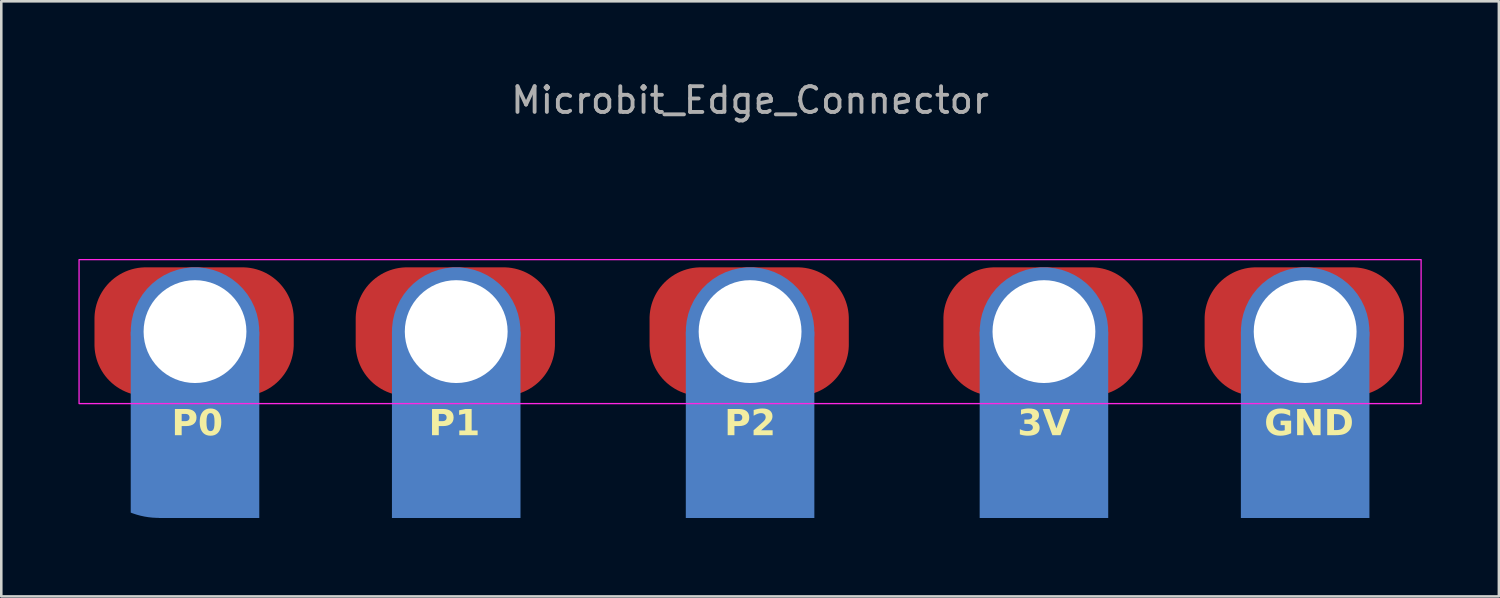
<source format=kicad_pcb>
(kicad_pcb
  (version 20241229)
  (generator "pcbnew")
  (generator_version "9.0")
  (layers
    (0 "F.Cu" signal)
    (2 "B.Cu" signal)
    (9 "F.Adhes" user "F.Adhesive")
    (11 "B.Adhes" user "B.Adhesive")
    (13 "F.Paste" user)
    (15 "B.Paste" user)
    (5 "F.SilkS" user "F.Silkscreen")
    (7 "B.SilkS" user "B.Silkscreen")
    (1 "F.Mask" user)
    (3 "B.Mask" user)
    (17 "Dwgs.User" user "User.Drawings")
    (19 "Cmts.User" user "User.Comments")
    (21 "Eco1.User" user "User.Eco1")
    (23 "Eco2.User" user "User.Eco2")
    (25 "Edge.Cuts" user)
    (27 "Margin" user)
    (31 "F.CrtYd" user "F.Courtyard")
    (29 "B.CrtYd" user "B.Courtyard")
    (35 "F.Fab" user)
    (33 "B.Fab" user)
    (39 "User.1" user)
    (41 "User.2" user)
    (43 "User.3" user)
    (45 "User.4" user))
  (footprint "Microbit_Edge_Connector"
    (layer "F.Cu")
    (at 26.125 9.848)
    (property "Reference" "Microbit_Edge_Connector" (at 0 -9 0) (unlocked yes) (layer "F.Fab") (effects (font (size 1 1) (thickness 0.15))))
    (fp_poly (pts (arc (start -19.75 2.5) (mid -18.335786 1.914214) (end -17.75 0.5)) (arc (start -17.75 -0.5) (mid -18.335786 -1.914214) (end -19.75 -2.5)) (arc (start -23.5 -2.5) (mid -24.914214 -1.914214) (end -25.5 -0.5)) (arc (start -25.5 0.5) (mid -24.914214 1.914214) (end -23.5 2.5))) (stroke (width 0) (type solid)) (fill yes) (layer "F.Cu"))
    (fp_poly (pts (arc (start -9.59 2.5) (mid -8.175786 1.914214) (end -7.59 0.5)) (arc (start -7.59 -0.5) (mid -8.175786 -1.914214) (end -9.59 -2.5)) (arc (start -13.34 -2.5) (mid -14.754214 -1.914214) (end -15.34 -0.5)) (arc (start -15.34 0.5) (mid -14.754214 1.914214) (end -13.34 2.5))) (stroke (width 0) (type solid)) (fill yes) (layer "F.Cu"))
    (fp_poly (pts (arc (start 1.84 2.5) (mid 3.254214 1.914214) (end 3.84 0.5)) (arc (start 3.84 -0.5) (mid 3.254214 -1.914214) (end 1.84 -2.5)) (arc (start -1.91 -2.5) (mid -3.324214 -1.914214) (end -3.91 -0.5)) (arc (start -3.91 0.5) (mid -3.324214 1.914214) (end -1.91 2.5))) (stroke (width 0) (type solid)) (fill yes) (layer "F.Cu"))
    (fp_poly (pts (arc (start 13.27 2.5) (mid 14.684214 1.914214) (end 15.27 0.5)) (arc (start 15.27 -0.5) (mid 14.684214 -1.914214) (end 13.27 -2.5)) (arc (start 9.52 -2.5) (mid 8.105786 -1.914214) (end 7.52 -0.5)) (arc (start 7.52 0.5) (mid 8.105786 1.914214) (end 9.52 2.5))) (stroke (width 0) (type solid)) (fill yes) (layer "F.Cu"))
    (fp_poly (pts (arc (start 23.43 2.5) (mid 24.844214 1.914214) (end 25.43 0.5)) (arc (start 25.43 -0.5) (mid 24.844214 -1.914214) (end 23.43 -2.5)) (arc (start 19.68 -2.5) (mid 18.265786 -1.914214) (end 17.68 -0.5)) (arc (start 17.68 0.5) (mid 18.265786 1.914214) (end 19.68 2.5))) (stroke (width 0) (type solid)) (fill yes) (layer "F.Cu"))
    (fp_poly (pts (arc (start -19.75 2.5) (mid -18.335786 1.914214) (end -17.75 0.5)) (arc (start -17.75 -0.5) (mid -18.335786 -1.914214) (end -19.75 -2.5)) (arc (start -23.5 -2.5) (mid -24.914214 -1.914214) (end -25.5 -0.5)) (arc (start -25.5 0.5) (mid -24.914214 1.914214) (end -23.5 2.5))) (stroke (width 0) (type solid)) (fill yes) (layer "F.Mask"))
    (fp_poly (pts (arc (start -9.59 2.5) (mid -8.175786 1.914214) (end -7.59 0.5)) (arc (start -7.59 -0.5) (mid -8.175786 -1.914214) (end -9.59 -2.5)) (arc (start -13.34 -2.5) (mid -14.754214 -1.914214) (end -15.34 -0.5)) (arc (start -15.34 0.5) (mid -14.754214 1.914214) (end -13.34 2.5))) (stroke (width 0) (type solid)) (fill yes) (layer "F.Mask"))
    (fp_poly (pts (arc (start 1.84 2.5) (mid 3.254214 1.914214) (end 3.84 0.5)) (arc (start 3.84 -0.5) (mid 3.254214 -1.914214) (end 1.84 -2.5)) (arc (start -1.91 -2.5) (mid -3.324214 -1.914214) (end -3.91 -0.5)) (arc (start -3.91 0.5) (mid -3.324214 1.914214) (end -1.91 2.5))) (stroke (width 0) (type solid)) (fill yes) (layer "F.Mask"))
    (fp_poly (pts (arc (start 13.27 2.5) (mid 14.684214 1.914214) (end 15.27 0.5)) (arc (start 15.27 -0.5) (mid 14.684214 -1.914214) (end 13.27 -2.5)) (arc (start 9.52 -2.5) (mid 8.105786 -1.914214) (end 7.52 -0.5)) (arc (start 7.52 0.5) (mid 8.105786 1.914214) (end 9.52 2.5))) (stroke (width 0) (type solid)) (fill yes) (layer "F.Mask"))
    (fp_poly (pts (arc (start 23.43 2.5) (mid 24.844214 1.914214) (end 25.43 0.5)) (arc (start 25.43 -0.5) (mid 24.844214 -1.914214) (end 23.43 -2.5)) (arc (start 19.68 -2.5) (mid 18.265786 -1.914214) (end 17.68 -0.5)) (arc (start 17.68 0.5) (mid 18.265786 1.914214) (end 19.68 2.5))) (stroke (width 0) (type solid)) (fill yes) (layer "F.Mask"))
    (fp_poly (pts (xy -8.93 7.25) (xy -8.93 0) (xy -13.93 0) (xy -13.93 7.25)) (stroke (width 0) (type solid)) (fill yes) (layer "B.Cu"))
    (fp_poly (pts (xy 2.5 7.25) (xy 2.5 0) (xy -2.5 0) (xy -2.5 7.25)) (stroke (width 0) (type solid)) (fill yes) (layer "B.Cu"))
    (fp_poly (pts (xy 13.93 7.25) (xy 13.93 0) (xy 8.93 0) (xy 8.93 7.25)) (stroke (width 0) (type solid)) (fill yes) (layer "B.Cu"))
    (fp_poly (pts (xy 24.09 7.25) (xy 24.09 0) (xy 19.09 0) (xy 19.09 7.25)) (stroke (width 0) (type solid)) (fill yes) (layer "B.Cu"))
    (fp_poly (pts (xy -23 7.25) (arc (start -22.999995 7.245363) (mid -23.554589 7.193574) (end -24.09 7.039999)) (xy -24.09 0) (xy -19.09 0) (xy -19.09 7.25)) (stroke (width 0) (type solid)) (fill yes) (layer "B.Cu"))
    (fp_poly (pts (xy -23 7.25) (xy -23.168 7.248) (xy -23.503 7.21) (xy -23.831 7.135) (xy -24.149 7.024) (xy -24.452 6.878) (xy -24.737 6.699) (xy -25.001 6.489) (xy -25.239 6.251) (xy -25.449 5.987) (xy -25.628 5.702) (xy -25.774 5.399) (xy -25.885 5.081) (xy -25.96 4.753) (xy -25.998 4.418) (xy -26 4.25) (xy -26 -9) (xy 26 -9) (xy 26 4.25) (xy 25.998 4.418) (xy 25.96 4.753) (xy 25.885 5.081) (xy 25.774 5.399) (xy 25.628 5.702) (xy 25.449 5.987) (xy 25.239 6.251) (xy 25.001 6.489) (xy 24.737 6.699) (xy 24.452 6.878) (xy 24.149 7.024) (xy 23.831 7.135) (xy 23.503 7.21) (xy 23.168 7.248) (xy 23 7.25)) (stroke (width 0) (type solid)) (fill yes) (layer "B.Mask"))
    (fp_rect (start -26.1 -2.8) (end 26.1 2.8) (stroke (width 0.05) (type default)) (fill no) (layer "F.CrtYd"))
    (fp_line (start -26 -5) (end -26 4.25) (stroke (width 0.1) (type default)) (layer "User.1"))
    (fp_line (start -23 7.25) (end 23 7.25) (stroke (width 0.1) (type default)) (layer "User.1"))
    (fp_line (start 26 -5) (end -26 -5) (stroke (width 0.1) (type default)) (layer "User.1"))
    (fp_line (start 26 -5) (end 26 4.25) (stroke (width 0.1) (type default)) (layer "User.1"))
    (fp_arc (start -22.999999 7.25) (mid -25.12132 6.37132) (end -26 4.249999) (stroke (width 0.1) (type default)) (layer "User.1"))
    (fp_arc (start 26 4.25) (mid 25.12132 6.37132) (end 23 7.25) (stroke (width 0.1) (type default)) (layer "User.1"))
    (fp_text user "P1" (at -12.5 4.2 0) (unlocked yes) (layer "F.SilkS") (effects (font (face "Segoe UI This") (size 1 1) (thickness 0.2) (bold yes)) (justify left bottom)))
    (fp_text user "GND" (at 20 4.2 0) (unlocked yes) (layer "F.SilkS") (effects (font (face "Segoe UI This") (size 1 1) (thickness 0.2) (bold yes)) (justify left bottom)))
    (fp_text user "P0" (at -22.5 4.2 0) (unlocked yes) (layer "F.SilkS") (effects (font (face "Segoe UI This") (size 1 1) (thickness 0.2) (bold yes)) (justify left bottom)))
    (fp_text user "3V" (at 10.4 4.2 0) (unlocked yes) (layer "F.SilkS") (effects (font (face "Segoe UI This") (size 1 1) (thickness 0.2) (bold yes)) (justify left bottom)))
    (fp_text user "P2" (at -1 4.2 0) (unlocked yes) (layer "F.SilkS") (effects (font (face "Segoe UI This") (size 1 1) (thickness 0.2) (bold yes)) (justify left bottom)))
    (pad "1" thru_hole custom (at -21.59 0) (size 5 5) (drill 4) (layers "*.Cu") (remove_unused_layers yes) (keep_end_layers yes) (zone_layer_connections) (options (anchor circle)) (primitives))
    (pad "2" thru_hole custom (at -11.43 0) (size 5 5) (drill 4) (layers "*.Cu") (options (anchor circle)) (primitives))
    (pad "3" thru_hole custom (at 0 0) (size 5 5) (drill 4) (layers "*.Cu") (options (anchor circle)) (primitives))
    (pad "4" thru_hole custom (at 11.43 0) (size 5 5) (drill 4) (layers "*.Cu") (options (anchor circle)) (primitives))
    (pad "5" thru_hole custom (at 21.59 0) (size 5 5) (drill 4) (layers "*.Cu") (options (anchor circle)) (primitives))
    (zone (net_name "") (layer "B.Cu") (name "Zone fill keepout") (hatch edge 0.5) (connect_pads) (min_thickness 0.25) (filled_areas_thickness no) (keepout (tracks not_allowed) (vias not_allowed) (pads allowed) (copperpour not_allowed) (footprints allowed)) (placement (enabled no)) (fill) (polygon (pts (xy 3.125 17.098) (xy 2.957 17.096) (xy 2.622 17.058) (xy 2.294 16.983) (xy 1.976 16.872) (xy 1.673 16.726) (xy 1.388 16.547) (xy 1.124 16.337) (xy 0.886 16.099) (xy 0.676 15.836) (xy 0.497 15.551) (xy 0.351 15.247) (xy 0.24 14.929) (xy 0.165 14.601) (xy 0.127 14.267) (xy 0.125 14.098) (xy 0.125 0.848) (xy 52.125 0.848) (xy 52.125 14.098) (xy 52.123 14.267) (xy 52.085 14.601) (xy 52.01 14.929) (xy 51.899 15.247) (xy 51.753 15.551) (xy 51.574 15.836) (xy 51.364 16.099) (xy 51.126 16.337) (xy 50.862 16.547) (xy 50.577 16.726) (xy 50.274 16.872) (xy 49.956 16.983) (xy 49.628 17.058) (xy 49.293 17.096) (xy 49.125 17.098)))))
  (gr_rect
    (start -3 -3)
    (end 55.25 20.148)
    (stroke (width 0.1) (type default))
    (fill no)
    (layer "Edge.Cuts")))
</source>
